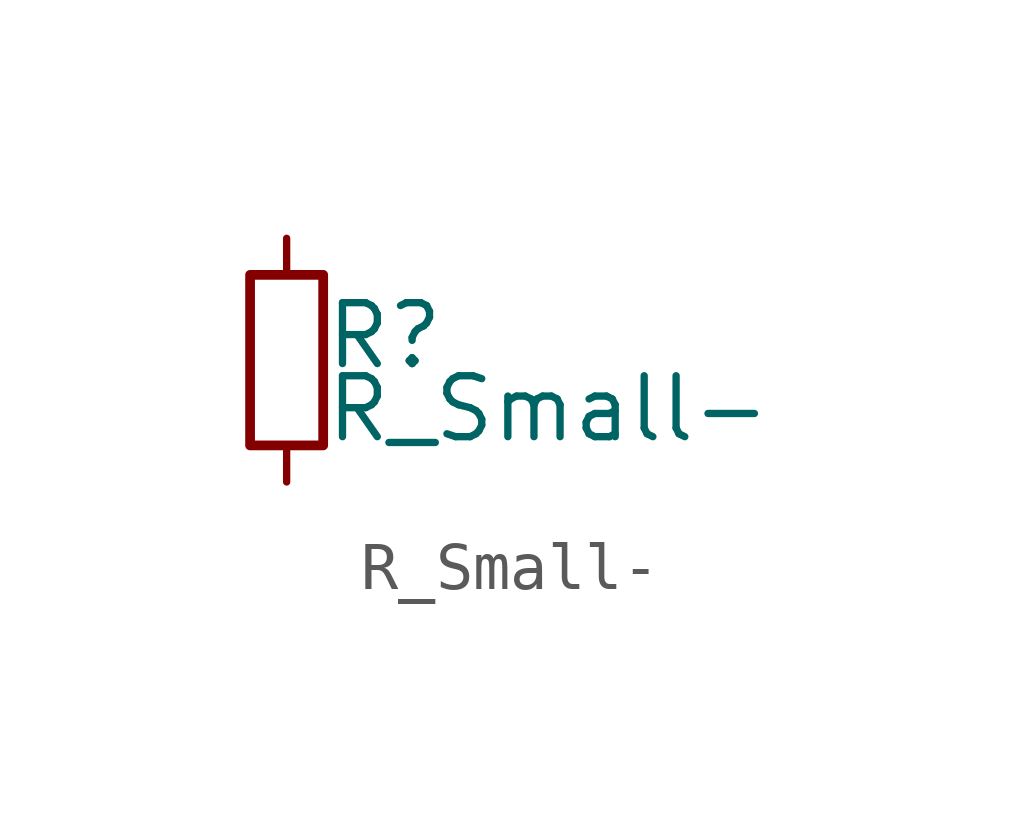
<source format=kicad_sym>
(kicad_symbol_lib
  (version 20220914)
  (generator kicad_symbol_editor)
  (symbol "R_Small-"
    (pin_numbers hide)
    (pin_names
      (offset 0.254) hide)
    (property "Reference" "R"
      (at 0.762 0.508 0)
      (effects (font (size 1.27 1.27)) (justify left)))
    (property "Value" "R_Small-"
      (at 0.762 -1.016 0)
      (effects (font (size 1.27 1.27)) (justify left)))
    (symbol "R_Small-_0_1"
      (rectangle (start -0.762 1.778) (end 0.762 -1.778) (stroke (width 0.203) (type solid)) (fill (type none))))
    (symbol "R_Small-_1_1"
      (pin passive line (at 0 2.54 270) (length 0.762) (name "~" (effects (font (size 1.27 1.27)))) (number "1" (effects (font (size 1.27 1.27)))))
      (pin passive line (at 0 -2.54 90) (length 0.762) (name "~" (effects (font (size 1.27 1.27)))) (number "2" (effects (font (size 1.27 1.27))))))))
</source>
